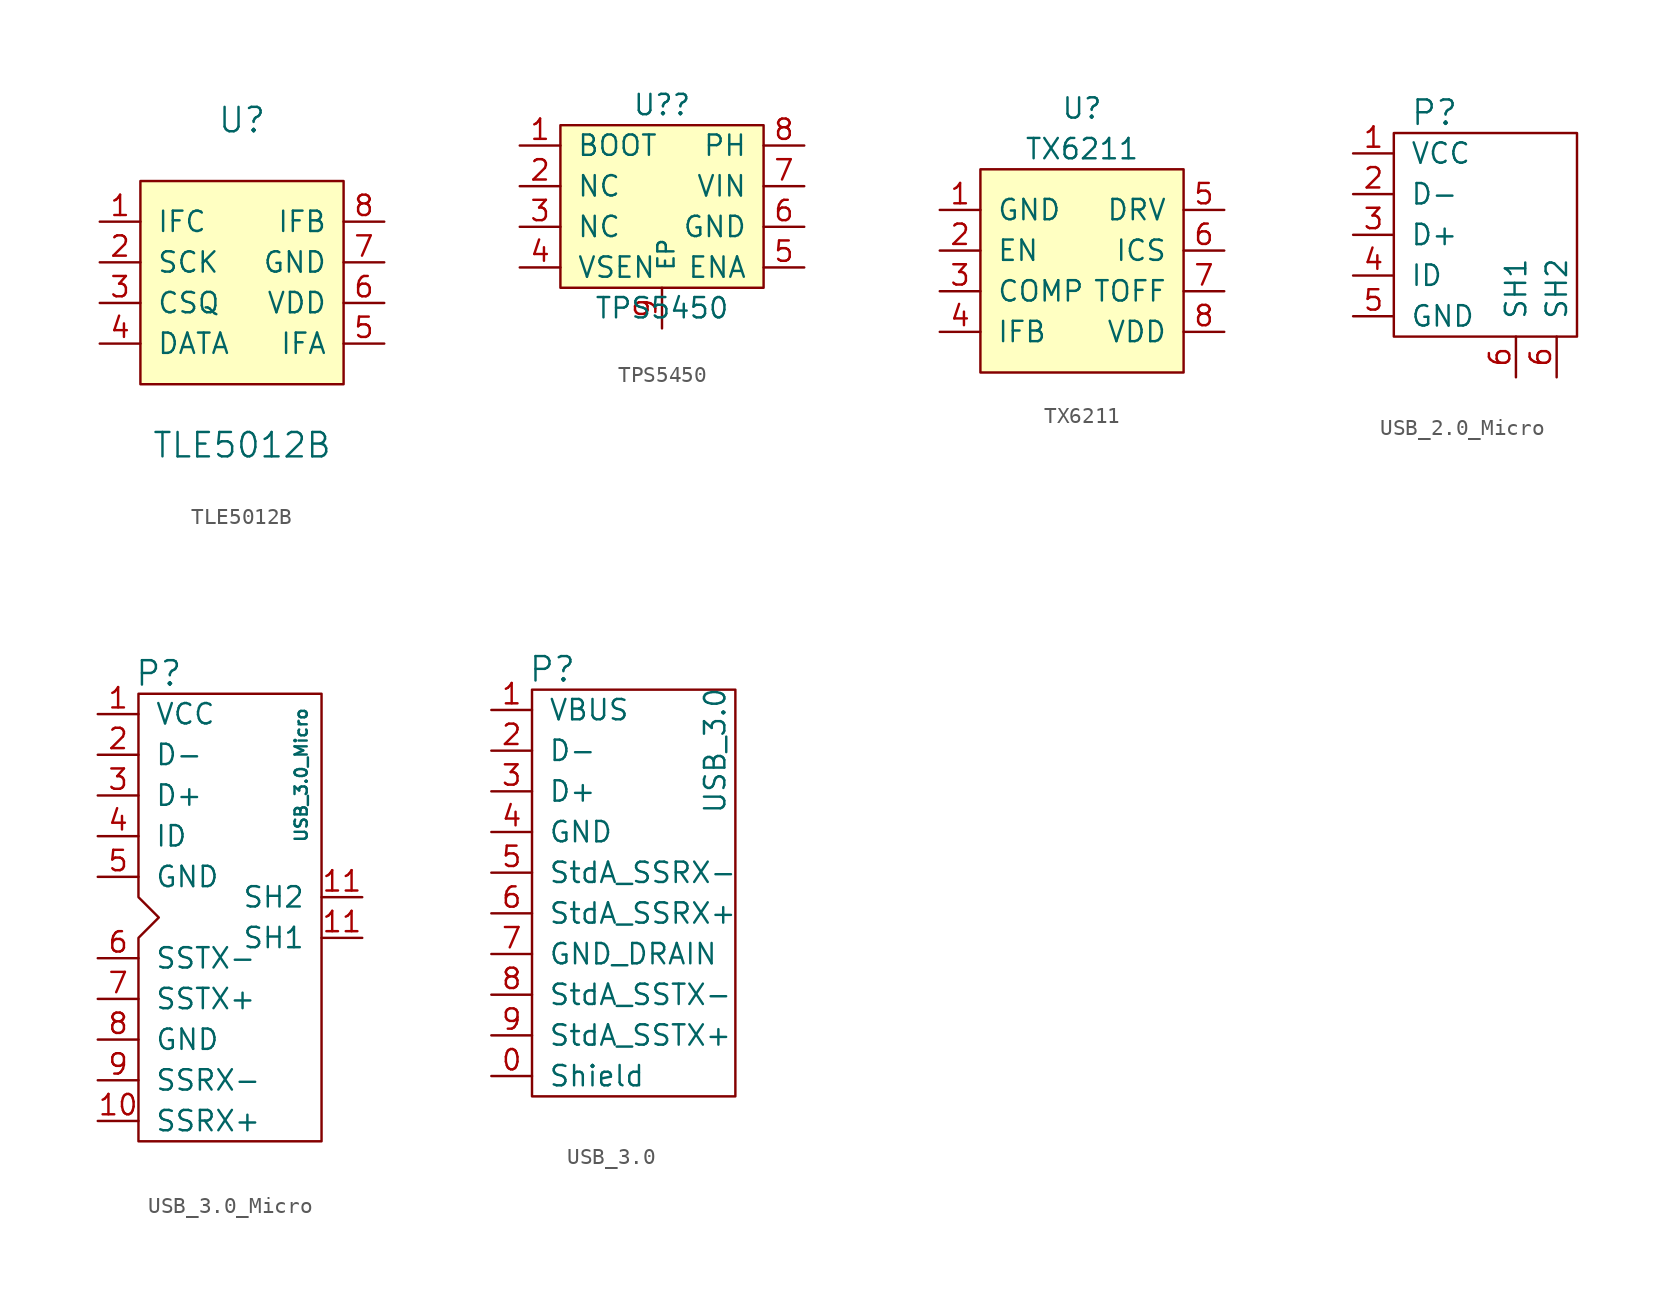
<source format=kicad_sym>
(kicad_symbol_lib
  (version 20220914)
  (generator kicad_symbol_editor)
  (symbol "TLE5012B"
    (pin_names
      (offset 1.016))
    (property "Reference" "U"
      (at 0 10.16 0)
      (effects (font (size 1.524 1.524))))
    (property "Value" "TLE5012B"
      (at 0 -10.16 0)
      (effects (font (size 1.524 1.524))))
    (symbol "TLE5012B_0_1"
      (rectangle (start -6.35 6.35) (end 6.35 -6.35) (stroke (width 0) (type default)) (fill (type background))))
    (symbol "TLE5012B_1_1"
      (pin input line (at -8.89 3.81 0) (length 2.54) (name "IFC" (effects (font (size 1.27 1.27)))) (number "1" (effects (font (size 1.27 1.27)))))
      (pin input line (at -8.89 1.27 0) (length 2.54) (name "SCK" (effects (font (size 1.27 1.27)))) (number "2" (effects (font (size 1.27 1.27)))))
      (pin input line (at -8.89 -1.27 0) (length 2.54) (name "CSQ" (effects (font (size 1.27 1.27)))) (number "3" (effects (font (size 1.27 1.27)))))
      (pin input line (at -8.89 -3.81 0) (length 2.54) (name "DATA" (effects (font (size 1.27 1.27)))) (number "4" (effects (font (size 1.27 1.27)))))
      (pin input line (at 8.89 -3.81 180) (length 2.54) (name "IFA" (effects (font (size 1.27 1.27)))) (number "5" (effects (font (size 1.27 1.27)))))
      (pin input line (at 8.89 -1.27 180) (length 2.54) (name "VDD" (effects (font (size 1.27 1.27)))) (number "6" (effects (font (size 1.27 1.27)))))
      (pin input line (at 8.89 1.27 180) (length 2.54) (name "GND" (effects (font (size 1.27 1.27)))) (number "7" (effects (font (size 1.27 1.27)))))
      (pin input line (at 8.89 3.81 180) (length 2.54) (name "IFB" (effects (font (size 1.27 1.27)))) (number "8" (effects (font (size 1.27 1.27)))))))
  (symbol "TPS5450"
    (pin_names
      (offset 1.016))
    (property "Reference" "U?"
      (at 0 6.35 0)
      (effects (font (size 1.27 1.27))))
    (property "Value" "TPS5450"
      (at 0 -6.35 0)
      (effects (font (size 1.27 1.27))))
    (property "Datasheet" ""
      (at 0 0 0)
      (effects (font (size 1.524 1.524))))
    (symbol "TPS5450_1_1"
      (rectangle (start -6.35 5.08) (end 6.35 -5.08) (stroke (width 0) (type default)) (fill (type background)))
      (pin bidirectional line (at -8.89 3.81 0) (length 2.54) (name "BOOT" (effects (font (size 1.27 1.27)))) (number "1" (effects (font (size 1.27 1.27)))))
      (pin bidirectional line (at -8.89 1.27 0) (length 2.54) (name "NC" (effects (font (size 1.27 1.27)))) (number "2" (effects (font (size 1.27 1.27)))))
      (pin bidirectional line (at -8.89 -1.27 0) (length 2.54) (name "NC" (effects (font (size 1.27 1.27)))) (number "3" (effects (font (size 1.27 1.27)))))
      (pin bidirectional line (at -8.89 -3.81 0) (length 2.54) (name "VSEN" (effects (font (size 1.27 1.27)))) (number "4" (effects (font (size 1.27 1.27)))))
      (pin bidirectional line (at 8.89 -3.81 180) (length 2.54) (name "ENA" (effects (font (size 1.27 1.27)))) (number "5" (effects (font (size 1.27 1.27)))))
      (pin bidirectional line (at 8.89 -1.27 180) (length 2.54) (name "GND" (effects (font (size 1.27 1.27)))) (number "6" (effects (font (size 1.27 1.27)))))
      (pin bidirectional line (at 8.89 1.27 180) (length 2.54) (name "VIN" (effects (font (size 1.27 1.27)))) (number "7" (effects (font (size 1.27 1.27)))))
      (pin bidirectional line (at 8.89 3.81 180) (length 2.54) (name "PH" (effects (font (size 1.27 1.27)))) (number "8" (effects (font (size 1.27 1.27)))))
      (pin input line (at 0 -7.62 90) (length 2.54) (name "_{EP}" (effects (font (size 1.27 1.27)))) (number "9" (effects (font (size 1.27 1.27)))))))
  (symbol "TX6211"
    (pin_names
      (offset 1.016))
    (property "Reference" "U"
      (at 0 10.16 0)
      (effects (font (size 1.27 1.27))))
    (property "Value" "TX6211"
      (at 0 7.62 0)
      (effects (font (size 1.27 1.27))))
    (symbol "TX6211_0_1"
      (rectangle (start -6.35 6.35) (end 6.35 -6.35) (stroke (width 0) (type default)) (fill (type background))))
    (symbol "TX6211_1_1"
      (pin input line (at -8.89 3.81 0) (length 2.54) (name "GND" (effects (font (size 1.27 1.27)))) (number "1" (effects (font (size 1.27 1.27)))))
      (pin input line (at -8.89 1.27 0) (length 2.54) (name "EN" (effects (font (size 1.27 1.27)))) (number "2" (effects (font (size 1.27 1.27)))))
      (pin input line (at -8.89 -1.27 0) (length 2.54) (name "COMP" (effects (font (size 1.27 1.27)))) (number "3" (effects (font (size 1.27 1.27)))))
      (pin input line (at -8.89 -3.81 0) (length 2.54) (name "IFB" (effects (font (size 1.27 1.27)))) (number "4" (effects (font (size 1.27 1.27)))))
      (pin input line (at 8.89 3.81 180) (length 2.54) (name "DRV" (effects (font (size 1.27 1.27)))) (number "5" (effects (font (size 1.27 1.27)))))
      (pin input line (at 8.89 1.27 180) (length 2.54) (name "ICS" (effects (font (size 1.27 1.27)))) (number "6" (effects (font (size 1.27 1.27)))))
      (pin input line (at 8.89 -1.27 180) (length 2.54) (name "TOFF" (effects (font (size 1.27 1.27)))) (number "7" (effects (font (size 1.27 1.27)))))
      (pin input line (at 8.89 -3.81 180) (length 2.54) (name "VDD" (effects (font (size 1.27 1.27)))) (number "8" (effects (font (size 1.27 1.27)))))))
  (symbol "USB_2.0_Micro"
    (pin_names
      (offset 1.016))
    (property "Reference" "P"
      (at -3.81 7.62 0)
      (effects (font (size 1.524 1.524))))
    (property "Footprint" ""
      (at 0 1.27 0)
      (effects (font (size 1.524 1.524))))
    (property "Datasheet" ""
      (at 0 1.27 0)
      (effects (font (size 1.524 1.524))))
    (symbol "USB_2.0_Micro_0_1"
      (rectangle (start -6.35 6.35) (end 5.08 -6.35) (stroke (width 0) (type default)) (fill (type none))))
    (symbol "USB_2.0_Micro_1_1"
      (pin bidirectional line (at -8.89 5.08 0) (length 2.54) (name "VCC" (effects (font (size 1.27 1.27)))) (number "1" (effects (font (size 1.27 1.27)))))
      (pin bidirectional line (at -8.89 2.54 0) (length 2.54) (name "D-" (effects (font (size 1.27 1.27)))) (number "2" (effects (font (size 1.27 1.27)))))
      (pin bidirectional line (at -8.89 0 0) (length 2.54) (name "D+" (effects (font (size 1.27 1.27)))) (number "3" (effects (font (size 1.27 1.27)))))
      (pin bidirectional line (at -8.89 -2.54 0) (length 2.54) (name "ID" (effects (font (size 1.27 1.27)))) (number "4" (effects (font (size 1.27 1.27)))))
      (pin bidirectional line (at -8.89 -5.08 0) (length 2.54) (name "GND" (effects (font (size 1.27 1.27)))) (number "5" (effects (font (size 1.27 1.27)))))
      (pin bidirectional line (at 1.27 -8.89 90) (length 2.54) (name "SH1" (effects (font (size 1.27 1.27)))) (number "6" (effects (font (size 1.27 1.27)))))
      (pin bidirectional line (at 3.81 -8.89 90) (length 2.54) (name "SH2" (effects (font (size 1.27 1.27)))) (number "6" (effects (font (size 1.27 1.27)))))))
  (symbol "USB_3.0_Micro"
    (pin_names
      (offset 1.016))
    (property "Reference" "P"
      (at -5.08 15.24 0)
      (effects (font (size 1.524 1.524))))
    (property "Value" "USB_3.0_Micro"
      (at 3.81 8.89 90)
      (effects (font (size 0.762 0.762))))
    (property "Footprint" ""
      (at 0 8.89 0)
      (effects (font (size 1.524 1.524))))
    (property "Datasheet" ""
      (at 0 8.89 0)
      (effects (font (size 1.524 1.524))))
    (symbol "USB_3.0_Micro_0_1"
      (polyline (pts (xy -6.35 13.97) (xy 5.08 13.97) (xy 5.08 -13.97) (xy -6.35 -13.97) (xy -6.35 -1.27) (xy -5.08 0) (xy -6.35 1.27) (xy -6.35 13.97)) (stroke (width 0) (type default)) (fill (type none))))
    (symbol "USB_3.0_Micro_1_1"
      (pin bidirectional line (at -8.89 12.7 0) (length 2.54) (name "VCC" (effects (font (size 1.27 1.27)))) (number "1" (effects (font (size 1.27 1.27)))))
      (pin input line (at -8.89 -12.7 0) (length 2.54) (name "SSRX+" (effects (font (size 1.27 1.27)))) (number "10" (effects (font (size 1.27 1.27)))))
      (pin bidirectional line (at 7.62 -1.27 180) (length 2.54) (name "SH1" (effects (font (size 1.27 1.27)))) (number "11" (effects (font (size 1.27 1.27)))))
      (pin bidirectional line (at 7.62 1.27 180) (length 2.54) (name "SH2" (effects (font (size 1.27 1.27)))) (number "11" (effects (font (size 1.27 1.27)))))
      (pin bidirectional line (at -8.89 10.16 0) (length 2.54) (name "D-" (effects (font (size 1.27 1.27)))) (number "2" (effects (font (size 1.27 1.27)))))
      (pin bidirectional line (at -8.89 7.62 0) (length 2.54) (name "D+" (effects (font (size 1.27 1.27)))) (number "3" (effects (font (size 1.27 1.27)))))
      (pin bidirectional line (at -8.89 5.08 0) (length 2.54) (name "ID" (effects (font (size 1.27 1.27)))) (number "4" (effects (font (size 1.27 1.27)))))
      (pin bidirectional line (at -8.89 2.54 0) (length 2.54) (name "GND" (effects (font (size 1.27 1.27)))) (number "5" (effects (font (size 1.27 1.27)))))
      (pin input line (at -8.89 -2.54 0) (length 2.54) (name "SSTX-" (effects (font (size 1.27 1.27)))) (number "6" (effects (font (size 1.27 1.27)))))
      (pin input line (at -8.89 -5.08 0) (length 2.54) (name "SSTX+" (effects (font (size 1.27 1.27)))) (number "7" (effects (font (size 1.27 1.27)))))
      (pin input line (at -8.89 -7.62 0) (length 2.54) (name "GND" (effects (font (size 1.27 1.27)))) (number "8" (effects (font (size 1.27 1.27)))))
      (pin input line (at -8.89 -10.16 0) (length 2.54) (name "SSRX-" (effects (font (size 1.27 1.27)))) (number "9" (effects (font (size 1.27 1.27)))))))
  (symbol "USB_3.0"
    (pin_names
      (offset 1.016))
    (property "Reference" "P"
      (at 1.27 13.97 0)
      (effects (font (size 1.524 1.524))))
    (property "Value" "USB_3.0"
      (at 11.43 8.89 90)
      (effects (font (size 1.27 1.27))))
    (property "Footprint" ""
      (at 0 0 0)
      (effects (font (size 1.524 1.524))))
    (property "Datasheet" ""
      (at 0 0 0)
      (effects (font (size 1.524 1.524))))
    (symbol "USB_3.0_0_1"
      (rectangle (start 0 12.7) (end 12.7 -12.7) (stroke (width 0) (type default)) (fill (type none))))
    (symbol "USB_3.0_1_1"
      (pin input line (at -2.54 -11.43 0) (length 2.54) (name "Shield" (effects (font (size 1.27 1.27)))) (number "0" (effects (font (size 1.27 1.27)))))
      (pin input line (at -2.54 11.43 0) (length 2.54) (name "VBUS" (effects (font (size 1.27 1.27)))) (number "1" (effects (font (size 1.27 1.27)))))
      (pin input line (at -2.54 8.89 0) (length 2.54) (name "D-" (effects (font (size 1.27 1.27)))) (number "2" (effects (font (size 1.27 1.27)))))
      (pin input line (at -2.54 6.35 0) (length 2.54) (name "D+" (effects (font (size 1.27 1.27)))) (number "3" (effects (font (size 1.27 1.27)))))
      (pin input line (at -2.54 3.81 0) (length 2.54) (name "GND" (effects (font (size 1.27 1.27)))) (number "4" (effects (font (size 1.27 1.27)))))
      (pin input line (at -2.54 1.27 0) (length 2.54) (name "StdA_SSRX-" (effects (font (size 1.27 1.27)))) (number "5" (effects (font (size 1.27 1.27)))))
      (pin input line (at -2.54 -1.27 0) (length 2.54) (name "StdA_SSRX+" (effects (font (size 1.27 1.27)))) (number "6" (effects (font (size 1.27 1.27)))))
      (pin input line (at -2.54 -3.81 0) (length 2.54) (name "GND_DRAIN" (effects (font (size 1.27 1.27)))) (number "7" (effects (font (size 1.27 1.27)))))
      (pin input line (at -2.54 -6.35 0) (length 2.54) (name "StdA_SSTX-" (effects (font (size 1.27 1.27)))) (number "8" (effects (font (size 1.27 1.27)))))
      (pin input line (at -2.54 -8.89 0) (length 2.54) (name "StdA_SSTX+" (effects (font (size 1.27 1.27)))) (number "9" (effects (font (size 1.27 1.27))))))))
</source>
